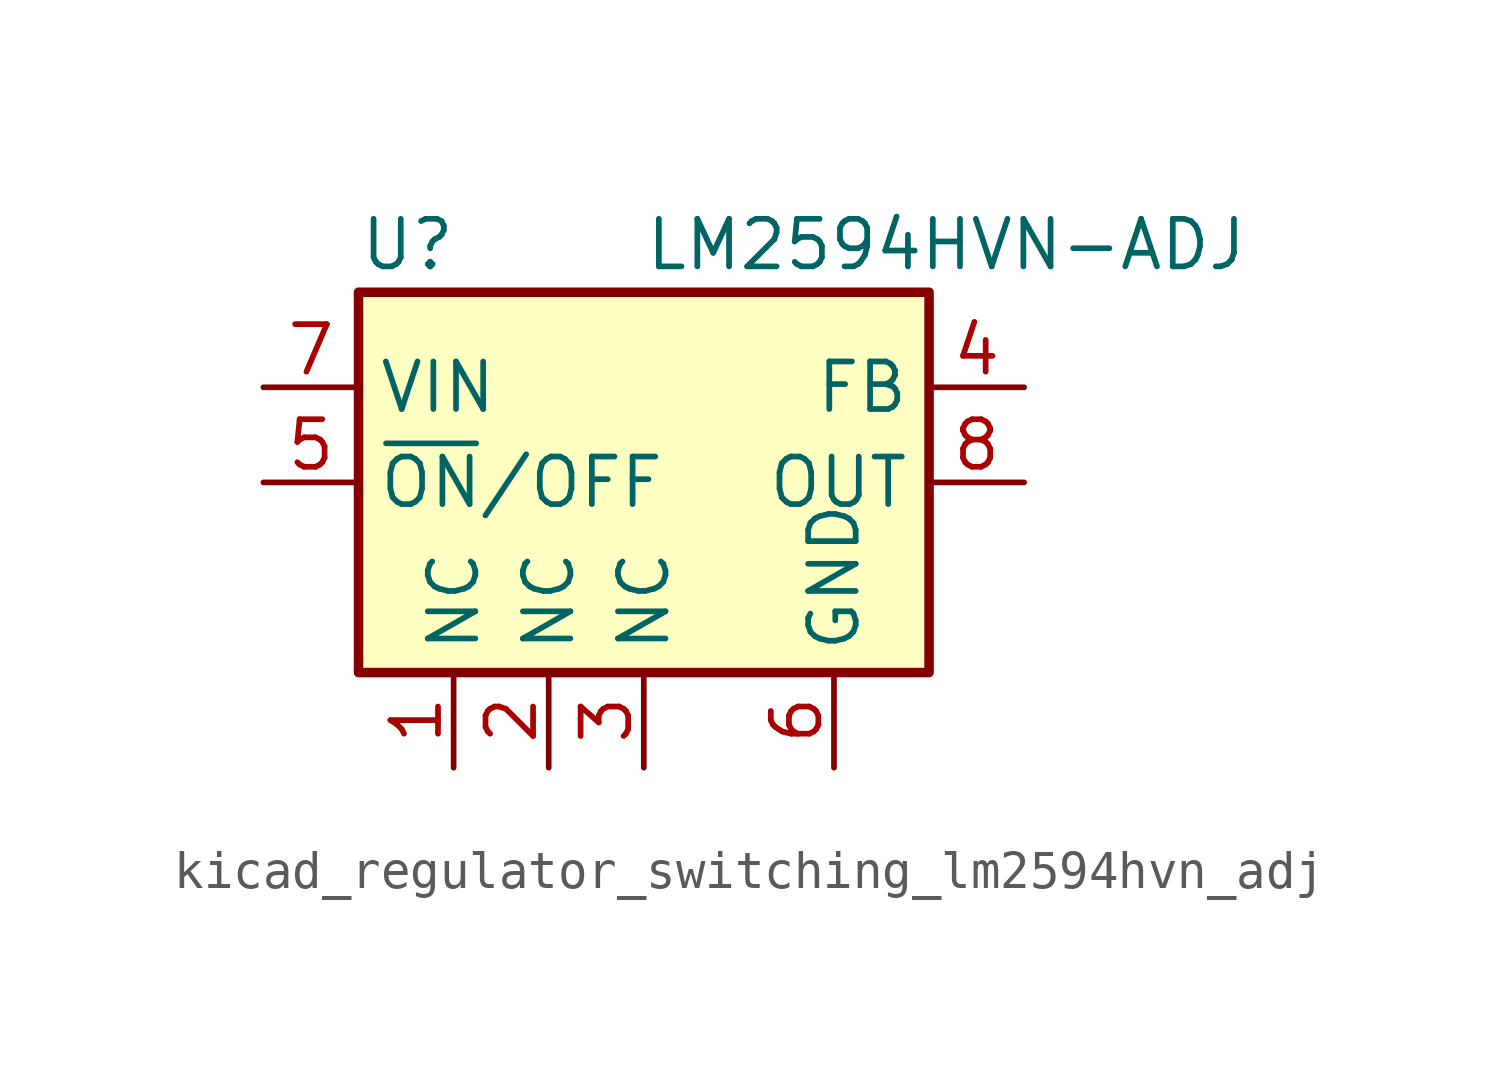
<source format=kicad_sym>
(kicad_symbol_lib
  (version 20220914)
  (generator kicad_symbol_editor)
  (symbol "kicad_regulator_switching_lm2594hvn_adj"
    (property "Reference" "U"
      (at -7.62 6.35 0)
      (effects (font (size 1.27 1.27)) (justify left)))
    (property "Value" "LM2594HVN-ADJ"
      (at 0 6.35 0)
      (effects (font (size 1.27 1.27)) (justify left)))
    (symbol "kicad_regulator_switching_lm2594hvn_adj_0_1"
      (rectangle (start -7.62 5.08) (end 7.62 -5.08) (stroke (width 0.254) (type default)) (fill (type background))))
    (symbol "kicad_regulator_switching_lm2594hvn_adj_1_1"
      (pin passive line (at -5.08 -7.62 90) (length 2.54) (name "NC" (effects (font (size 1.27 1.27)))) (number "1" (effects (font (size 1.27 1.27)))))
      (pin passive line (at -2.54 -7.62 90) (length 2.54) (name "NC" (effects (font (size 1.27 1.27)))) (number "2" (effects (font (size 1.27 1.27)))))
      (pin passive line (at 0 -7.62 90) (length 2.54) (name "NC" (effects (font (size 1.27 1.27)))) (number "3" (effects (font (size 1.27 1.27)))))
      (pin input line (at 10.16 2.54 180) (length 2.54) (name "FB" (effects (font (size 1.27 1.27)))) (number "4" (effects (font (size 1.27 1.27)))))
      (pin input line (at -10.16 0 0) (length 2.54) (name "~{ON}/OFF" (effects (font (size 1.27 1.27)))) (number "5" (effects (font (size 1.27 1.27)))))
      (pin power_in line (at 5.08 -7.62 90) (length 2.54) (name "GND" (effects (font (size 1.27 1.27)))) (number "6" (effects (font (size 1.27 1.27)))))
      (pin power_in line (at -10.16 2.54 0) (length 2.54) (name "VIN" (effects (font (size 1.27 1.27)))) (number "7" (effects (font (size 1.27 1.27)))))
      (pin output line (at 10.16 0 180) (length 2.54) (name "OUT" (effects (font (size 1.27 1.27)))) (number "8" (effects (font (size 1.27 1.27))))))))
</source>
